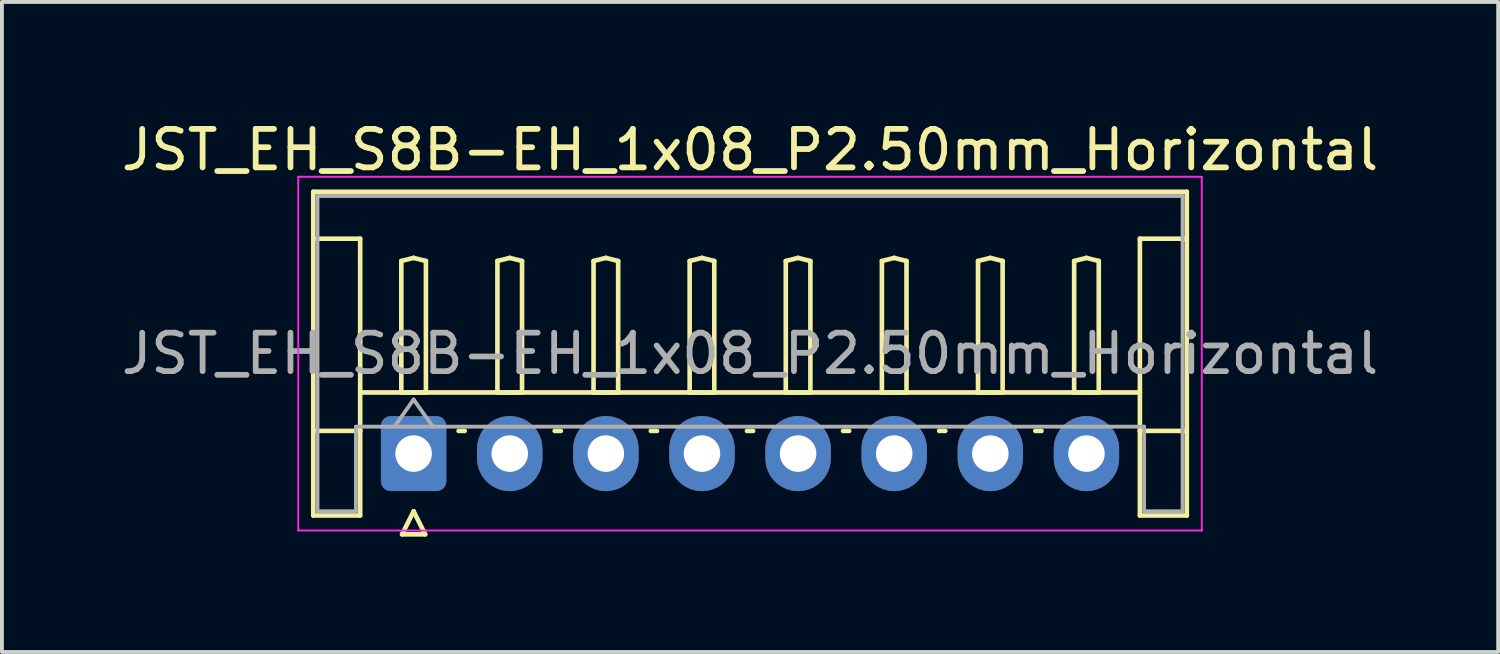
<source format=kicad_pcb>
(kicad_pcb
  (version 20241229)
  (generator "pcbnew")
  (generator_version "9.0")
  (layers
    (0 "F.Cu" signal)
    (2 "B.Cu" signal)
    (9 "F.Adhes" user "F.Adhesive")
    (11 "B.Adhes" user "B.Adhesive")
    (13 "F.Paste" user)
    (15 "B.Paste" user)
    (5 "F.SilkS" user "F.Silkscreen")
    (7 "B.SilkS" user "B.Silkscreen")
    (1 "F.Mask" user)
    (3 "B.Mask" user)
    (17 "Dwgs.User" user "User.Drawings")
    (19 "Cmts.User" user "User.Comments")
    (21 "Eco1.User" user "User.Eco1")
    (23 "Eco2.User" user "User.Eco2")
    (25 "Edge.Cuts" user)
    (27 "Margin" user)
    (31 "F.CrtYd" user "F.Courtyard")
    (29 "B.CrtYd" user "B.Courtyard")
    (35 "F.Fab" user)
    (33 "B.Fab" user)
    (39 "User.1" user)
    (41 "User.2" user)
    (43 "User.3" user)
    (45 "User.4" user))
  (footprint "JST_EH_S8B-EH_1x08_P2.50mm_Horizontal"
    (layer "F.Cu")
    (at 7.708 8.748)
    (property "Reference" "JST_EH_S8B-EH_1x08_P2.50mm_Horizontal" (at 8.75 -7.9 0) (layer "F.SilkS") (effects (font (size 1 1) (thickness 0.15))))
    (attr through_hole)
    (fp_line (start -2.61 -6.81) (end 20.11 -6.81) (stroke (width 0.12) (type solid)) (layer "F.SilkS"))
    (fp_line (start -2.61 -5.59) (end -1.39 -5.59) (stroke (width 0.12) (type solid)) (layer "F.SilkS"))
    (fp_line (start -2.61 1.61) (end -2.61 -6.81) (stroke (width 0.12) (type solid)) (layer "F.SilkS"))
    (fp_line (start -1.39 -5.59) (end -1.39 -0.59) (stroke (width 0.12) (type solid)) (layer "F.SilkS"))
    (fp_line (start -1.39 -1.59) (end 18.89 -1.59) (stroke (width 0.12) (type solid)) (layer "F.SilkS"))
    (fp_line (start -1.39 -0.59) (end -2.61 -0.59) (stroke (width 0.12) (type solid)) (layer "F.SilkS"))
    (fp_line (start -1.39 -0.59) (end -1.39 1.61) (stroke (width 0.12) (type solid)) (layer "F.SilkS"))
    (fp_line (start -1.39 1.61) (end -2.61 1.61) (stroke (width 0.12) (type solid)) (layer "F.SilkS"))
    (fp_line (start -0.32 -5.01) (end 0 -5.09) (stroke (width 0.12) (type solid)) (layer "F.SilkS"))
    (fp_line (start -0.32 -1.59) (end -0.32 -5.01) (stroke (width 0.12) (type solid)) (layer "F.SilkS"))
    (fp_line (start -0.3 2.1) (end 0.3 2.1) (stroke (width 0.12) (type solid)) (layer "F.SilkS"))
    (fp_line (start 0 -5.09) (end 0.32 -5.01) (stroke (width 0.12) (type solid)) (layer "F.SilkS"))
    (fp_line (start 0 -1.59) (end -0.32 -1.59) (stroke (width 0.12) (type solid)) (layer "F.SilkS"))
    (fp_line (start 0 1.5) (end -0.3 2.1) (stroke (width 0.12) (type solid)) (layer "F.SilkS"))
    (fp_line (start 0.3 2.1) (end 0 1.5) (stroke (width 0.12) (type solid)) (layer "F.SilkS"))
    (fp_line (start 0.32 -5.01) (end 0.32 -1.59) (stroke (width 0.12) (type solid)) (layer "F.SilkS"))
    (fp_line (start 0.32 -1.59) (end 0 -1.59) (stroke (width 0.12) (type solid)) (layer "F.SilkS"))
    (fp_line (start 1.17 -0.59) (end 1.33 -0.59) (stroke (width 0.12) (type solid)) (layer "F.SilkS"))
    (fp_line (start 2.18 -5.01) (end 2.5 -5.09) (stroke (width 0.12) (type solid)) (layer "F.SilkS"))
    (fp_line (start 2.18 -1.59) (end 2.18 -5.01) (stroke (width 0.12) (type solid)) (layer "F.SilkS"))
    (fp_line (start 2.5 -5.09) (end 2.82 -5.01) (stroke (width 0.12) (type solid)) (layer "F.SilkS"))
    (fp_line (start 2.5 -1.59) (end 2.18 -1.59) (stroke (width 0.12) (type solid)) (layer "F.SilkS"))
    (fp_line (start 2.82 -5.01) (end 2.82 -1.59) (stroke (width 0.12) (type solid)) (layer "F.SilkS"))
    (fp_line (start 2.82 -1.59) (end 2.5 -1.59) (stroke (width 0.12) (type solid)) (layer "F.SilkS"))
    (fp_line (start 3.67 -0.59) (end 3.83 -0.59) (stroke (width 0.12) (type solid)) (layer "F.SilkS"))
    (fp_line (start 4.68 -5.01) (end 5 -5.09) (stroke (width 0.12) (type solid)) (layer "F.SilkS"))
    (fp_line (start 4.68 -1.59) (end 4.68 -5.01) (stroke (width 0.12) (type solid)) (layer "F.SilkS"))
    (fp_line (start 5 -5.09) (end 5.32 -5.01) (stroke (width 0.12) (type solid)) (layer "F.SilkS"))
    (fp_line (start 5 -1.59) (end 4.68 -1.59) (stroke (width 0.12) (type solid)) (layer "F.SilkS"))
    (fp_line (start 5.32 -5.01) (end 5.32 -1.59) (stroke (width 0.12) (type solid)) (layer "F.SilkS"))
    (fp_line (start 5.32 -1.59) (end 5 -1.59) (stroke (width 0.12) (type solid)) (layer "F.SilkS"))
    (fp_line (start 6.17 -0.59) (end 6.33 -0.59) (stroke (width 0.12) (type solid)) (layer "F.SilkS"))
    (fp_line (start 7.18 -5.01) (end 7.5 -5.09) (stroke (width 0.12) (type solid)) (layer "F.SilkS"))
    (fp_line (start 7.18 -1.59) (end 7.18 -5.01) (stroke (width 0.12) (type solid)) (layer "F.SilkS"))
    (fp_line (start 7.5 -5.09) (end 7.82 -5.01) (stroke (width 0.12) (type solid)) (layer "F.SilkS"))
    (fp_line (start 7.5 -1.59) (end 7.18 -1.59) (stroke (width 0.12) (type solid)) (layer "F.SilkS"))
    (fp_line (start 7.82 -5.01) (end 7.82 -1.59) (stroke (width 0.12) (type solid)) (layer "F.SilkS"))
    (fp_line (start 7.82 -1.59) (end 7.5 -1.59) (stroke (width 0.12) (type solid)) (layer "F.SilkS"))
    (fp_line (start 8.67 -0.59) (end 8.83 -0.59) (stroke (width 0.12) (type solid)) (layer "F.SilkS"))
    (fp_line (start 9.68 -5.01) (end 10 -5.09) (stroke (width 0.12) (type solid)) (layer "F.SilkS"))
    (fp_line (start 9.68 -1.59) (end 9.68 -5.01) (stroke (width 0.12) (type solid)) (layer "F.SilkS"))
    (fp_line (start 10 -5.09) (end 10.32 -5.01) (stroke (width 0.12) (type solid)) (layer "F.SilkS"))
    (fp_line (start 10 -1.59) (end 9.68 -1.59) (stroke (width 0.12) (type solid)) (layer "F.SilkS"))
    (fp_line (start 10.32 -5.01) (end 10.32 -1.59) (stroke (width 0.12) (type solid)) (layer "F.SilkS"))
    (fp_line (start 10.32 -1.59) (end 10 -1.59) (stroke (width 0.12) (type solid)) (layer "F.SilkS"))
    (fp_line (start 11.17 -0.59) (end 11.33 -0.59) (stroke (width 0.12) (type solid)) (layer "F.SilkS"))
    (fp_line (start 12.18 -5.01) (end 12.5 -5.09) (stroke (width 0.12) (type solid)) (layer "F.SilkS"))
    (fp_line (start 12.18 -1.59) (end 12.18 -5.01) (stroke (width 0.12) (type solid)) (layer "F.SilkS"))
    (fp_line (start 12.5 -5.09) (end 12.82 -5.01) (stroke (width 0.12) (type solid)) (layer "F.SilkS"))
    (fp_line (start 12.5 -1.59) (end 12.18 -1.59) (stroke (width 0.12) (type solid)) (layer "F.SilkS"))
    (fp_line (start 12.82 -5.01) (end 12.82 -1.59) (stroke (width 0.12) (type solid)) (layer "F.SilkS"))
    (fp_line (start 12.82 -1.59) (end 12.5 -1.59) (stroke (width 0.12) (type solid)) (layer "F.SilkS"))
    (fp_line (start 13.67 -0.59) (end 13.83 -0.59) (stroke (width 0.12) (type solid)) (layer "F.SilkS"))
    (fp_line (start 14.68 -5.01) (end 15 -5.09) (stroke (width 0.12) (type solid)) (layer "F.SilkS"))
    (fp_line (start 14.68 -1.59) (end 14.68 -5.01) (stroke (width 0.12) (type solid)) (layer "F.SilkS"))
    (fp_line (start 15 -5.09) (end 15.32 -5.01) (stroke (width 0.12) (type solid)) (layer "F.SilkS"))
    (fp_line (start 15 -1.59) (end 14.68 -1.59) (stroke (width 0.12) (type solid)) (layer "F.SilkS"))
    (fp_line (start 15.32 -5.01) (end 15.32 -1.59) (stroke (width 0.12) (type solid)) (layer "F.SilkS"))
    (fp_line (start 15.32 -1.59) (end 15 -1.59) (stroke (width 0.12) (type solid)) (layer "F.SilkS"))
    (fp_line (start 16.17 -0.59) (end 16.33 -0.59) (stroke (width 0.12) (type solid)) (layer "F.SilkS"))
    (fp_line (start 17.18 -5.01) (end 17.5 -5.09) (stroke (width 0.12) (type solid)) (layer "F.SilkS"))
    (fp_line (start 17.18 -1.59) (end 17.18 -5.01) (stroke (width 0.12) (type solid)) (layer "F.SilkS"))
    (fp_line (start 17.5 -5.09) (end 17.82 -5.01) (stroke (width 0.12) (type solid)) (layer "F.SilkS"))
    (fp_line (start 17.5 -1.59) (end 17.18 -1.59) (stroke (width 0.12) (type solid)) (layer "F.SilkS"))
    (fp_line (start 17.82 -5.01) (end 17.82 -1.59) (stroke (width 0.12) (type solid)) (layer "F.SilkS"))
    (fp_line (start 17.82 -1.59) (end 17.5 -1.59) (stroke (width 0.12) (type solid)) (layer "F.SilkS"))
    (fp_line (start 18.89 -5.59) (end 18.89 -0.59) (stroke (width 0.12) (type solid)) (layer "F.SilkS"))
    (fp_line (start 18.89 -0.59) (end 20.11 -0.59) (stroke (width 0.12) (type solid)) (layer "F.SilkS"))
    (fp_line (start 18.89 1.61) (end 18.89 -0.59) (stroke (width 0.12) (type solid)) (layer "F.SilkS"))
    (fp_line (start 20.11 -6.81) (end 20.11 1.61) (stroke (width 0.12) (type solid)) (layer "F.SilkS"))
    (fp_line (start 20.11 -5.59) (end 18.89 -5.59) (stroke (width 0.12) (type solid)) (layer "F.SilkS"))
    (fp_line (start 20.11 1.61) (end 18.89 1.61) (stroke (width 0.12) (type solid)) (layer "F.SilkS"))
    (fp_line (start -3 -7.2) (end -3 2) (stroke (width 0.05) (type solid)) (layer "F.CrtYd"))
    (fp_line (start -3 2) (end 20.5 2) (stroke (width 0.05) (type solid)) (layer "F.CrtYd"))
    (fp_line (start 20.5 -7.2) (end -3 -7.2) (stroke (width 0.05) (type solid)) (layer "F.CrtYd"))
    (fp_line (start 20.5 2) (end 20.5 -7.2) (stroke (width 0.05) (type solid)) (layer "F.CrtYd"))
    (fp_line (start -2.5 -6.7) (end 20 -6.7) (stroke (width 0.1) (type solid)) (layer "F.Fab"))
    (fp_line (start -2.5 1.5) (end -2.5 -6.7) (stroke (width 0.1) (type solid)) (layer "F.Fab"))
    (fp_line (start -1.5 -0.7) (end -1.5 1.5) (stroke (width 0.1) (type solid)) (layer "F.Fab"))
    (fp_line (start -1.5 1.5) (end -2.5 1.5) (stroke (width 0.1) (type solid)) (layer "F.Fab"))
    (fp_line (start -0.5 -0.7) (end 0 -1.407) (stroke (width 0.1) (type solid)) (layer "F.Fab"))
    (fp_line (start 0 -1.407) (end 0.5 -0.7) (stroke (width 0.1) (type solid)) (layer "F.Fab"))
    (fp_line (start 19 -0.7) (end -1.5 -0.7) (stroke (width 0.1) (type solid)) (layer "F.Fab"))
    (fp_line (start 19 1.5) (end 19 -0.7) (stroke (width 0.1) (type solid)) (layer "F.Fab"))
    (fp_line (start 20 -6.7) (end 20 1.5) (stroke (width 0.1) (type solid)) (layer "F.Fab"))
    (fp_line (start 20 1.5) (end 19 1.5) (stroke (width 0.1) (type solid)) (layer "F.Fab"))
    (fp_text user "${REFERENCE}" (at 8.75 -2.6 0) (layer "F.Fab") (effects (font (size 1 1) (thickness 0.15))))
    (pad "1" thru_hole roundrect (at 0 0) (size 1.7 1.95) (drill 0.95) (layers "*.Cu" "*.Mask") (roundrect_rratio 0.147))
    (pad "2" thru_hole oval (at 2.5 0) (size 1.7 1.95) (drill 0.95) (layers "*.Cu" "*.Mask"))
    (pad "3" thru_hole oval (at 5 0) (size 1.7 1.95) (drill 0.95) (layers "*.Cu" "*.Mask"))
    (pad "4" thru_hole oval (at 7.5 0) (size 1.7 1.95) (drill 0.95) (layers "*.Cu" "*.Mask"))
    (pad "5" thru_hole oval (at 10 0) (size 1.7 1.95) (drill 0.95) (layers "*.Cu" "*.Mask"))
    (pad "6" thru_hole oval (at 12.5 0) (size 1.7 1.95) (drill 0.95) (layers "*.Cu" "*.Mask"))
    (pad "7" thru_hole oval (at 15 0) (size 1.7 1.95) (drill 0.95) (layers "*.Cu" "*.Mask"))
    (pad "8" thru_hole oval (at 17.5 0) (size 1.7 1.95) (drill 0.95) (layers "*.Cu" "*.Mask")))
  (gr_rect
    (start -3 -3)
    (end 35.917 13.908)
    (stroke (width 0.1) (type default))
    (fill no)
    (layer "Edge.Cuts")))
</source>
